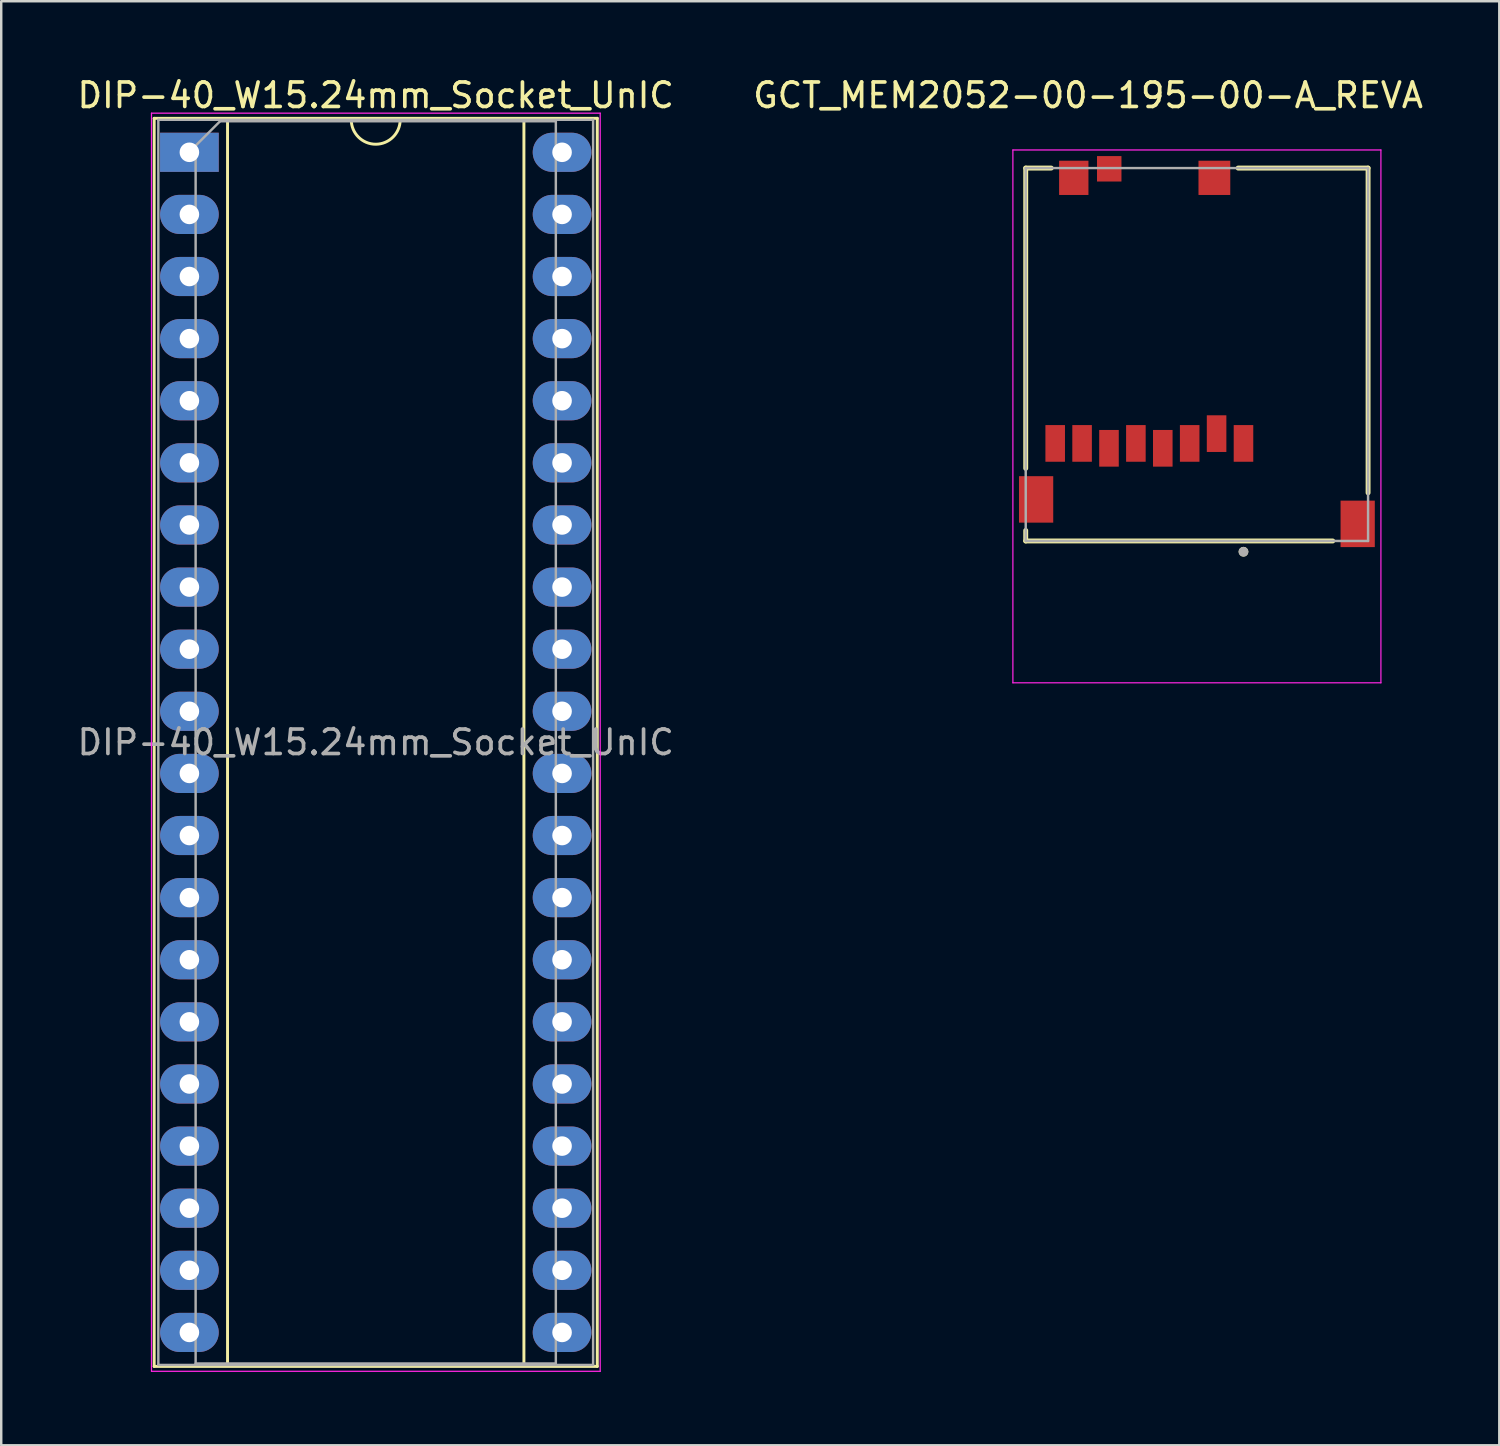
<source format=kicad_pcb>
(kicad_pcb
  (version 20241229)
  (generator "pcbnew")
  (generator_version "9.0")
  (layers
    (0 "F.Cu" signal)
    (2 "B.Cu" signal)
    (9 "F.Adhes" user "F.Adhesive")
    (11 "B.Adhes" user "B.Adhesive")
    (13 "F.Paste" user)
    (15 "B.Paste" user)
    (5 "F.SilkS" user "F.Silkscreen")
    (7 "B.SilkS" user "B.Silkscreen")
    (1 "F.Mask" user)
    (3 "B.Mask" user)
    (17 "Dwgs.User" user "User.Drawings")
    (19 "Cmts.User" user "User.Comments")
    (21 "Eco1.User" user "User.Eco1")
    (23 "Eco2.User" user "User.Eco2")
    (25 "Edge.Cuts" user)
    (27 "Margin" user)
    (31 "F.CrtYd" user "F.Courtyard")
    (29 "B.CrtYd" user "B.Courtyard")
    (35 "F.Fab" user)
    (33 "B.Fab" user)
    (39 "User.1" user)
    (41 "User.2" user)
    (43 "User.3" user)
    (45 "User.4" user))
  (footprint "DIP-40_W15.24mm_Socket_UnIC"
    (layer "F.Cu")
    (at 4.695 3.178)
    (property "Reference" "DIP-40_W15.24mm_Socket_UnIC" (at 7.62 -2.33 0) (layer "F.SilkS") (effects (font (size 1 1) (thickness 0.15))))
    (attr through_hole)
    (fp_line (start -1.44 -1.39) (end -1.44 49.65) (stroke (width 0.12) (type solid)) (layer "F.SilkS"))
    (fp_line (start -1.44 49.65) (end 16.68 49.65) (stroke (width 0.12) (type solid)) (layer "F.SilkS"))
    (fp_line (start 1.56 -1.33) (end 1.56 49.59) (stroke (width 0.12) (type solid)) (layer "F.SilkS"))
    (fp_line (start 1.56 49.59) (end 13.68 49.59) (stroke (width 0.12) (type solid)) (layer "F.SilkS"))
    (fp_line (start 6.62 -1.33) (end 1.56 -1.33) (stroke (width 0.12) (type solid)) (layer "F.SilkS"))
    (fp_line (start 13.68 -1.33) (end 8.62 -1.33) (stroke (width 0.12) (type solid)) (layer "F.SilkS"))
    (fp_line (start 13.68 49.59) (end 13.68 -1.33) (stroke (width 0.12) (type solid)) (layer "F.SilkS"))
    (fp_line (start 16.68 -1.39) (end -1.44 -1.39) (stroke (width 0.12) (type solid)) (layer "F.SilkS"))
    (fp_line (start 16.68 49.65) (end 16.68 -1.39) (stroke (width 0.12) (type solid)) (layer "F.SilkS"))
    (fp_arc (start 8.62 -1.33) (mid 7.62 -0.33) (end 6.62 -1.33) (stroke (width 0.12) (type solid)) (layer "F.SilkS"))
    (fp_line (start -1.55 -1.6) (end -1.55 49.85) (stroke (width 0.05) (type solid)) (layer "F.CrtYd"))
    (fp_line (start -1.55 49.85) (end 16.8 49.85) (stroke (width 0.05) (type solid)) (layer "F.CrtYd"))
    (fp_line (start 16.8 -1.6) (end -1.55 -1.6) (stroke (width 0.05) (type solid)) (layer "F.CrtYd"))
    (fp_line (start 16.8 49.85) (end 16.8 -1.6) (stroke (width 0.05) (type solid)) (layer "F.CrtYd"))
    (fp_line (start -1.27 -1.33) (end -1.27 49.59) (stroke (width 0.1) (type solid)) (layer "F.Fab"))
    (fp_line (start -1.27 49.59) (end 16.51 49.59) (stroke (width 0.1) (type solid)) (layer "F.Fab"))
    (fp_line (start 0.255 -0.27) (end 1.255 -1.27) (stroke (width 0.1) (type solid)) (layer "F.Fab"))
    (fp_line (start 0.255 49.53) (end 0.255 -0.27) (stroke (width 0.1) (type solid)) (layer "F.Fab"))
    (fp_line (start 1.255 -1.27) (end 14.985 -1.27) (stroke (width 0.1) (type solid)) (layer "F.Fab"))
    (fp_line (start 14.985 -1.27) (end 14.985 49.53) (stroke (width 0.1) (type solid)) (layer "F.Fab"))
    (fp_line (start 14.985 49.53) (end 0.255 49.53) (stroke (width 0.1) (type solid)) (layer "F.Fab"))
    (fp_line (start 16.51 -1.33) (end -1.27 -1.33) (stroke (width 0.1) (type solid)) (layer "F.Fab"))
    (fp_line (start 16.51 49.59) (end 16.51 -1.33) (stroke (width 0.1) (type solid)) (layer "F.Fab"))
    (fp_text user "${REFERENCE}" (at 7.62 24.13 0) (layer "F.Fab") (effects (font (size 1 1) (thickness 0.15))))
    (pad "1" thru_hole rect (at 0 0) (size 2.4 1.6) (drill 0.8) (layers "*.Cu" "*.Mask"))
    (pad "2" thru_hole oval (at 0 2.54) (size 2.4 1.6) (drill 0.8) (layers "*.Cu" "*.Mask"))
    (pad "3" thru_hole oval (at 0 5.08) (size 2.4 1.6) (drill 0.8) (layers "*.Cu" "*.Mask"))
    (pad "4" thru_hole oval (at 0 7.62) (size 2.4 1.6) (drill 0.8) (layers "*.Cu" "*.Mask"))
    (pad "5" thru_hole oval (at 0 10.16) (size 2.4 1.6) (drill 0.8) (layers "*.Cu" "*.Mask"))
    (pad "6" thru_hole oval (at 0 12.7) (size 2.4 1.6) (drill 0.8) (layers "*.Cu" "*.Mask"))
    (pad "7" thru_hole oval (at 0 15.24) (size 2.4 1.6) (drill 0.8) (layers "*.Cu" "*.Mask"))
    (pad "8" thru_hole oval (at 0 17.78) (size 2.4 1.6) (drill 0.8) (layers "*.Cu" "*.Mask"))
    (pad "9" thru_hole oval (at 0 20.32) (size 2.4 1.6) (drill 0.8) (layers "*.Cu" "*.Mask"))
    (pad "10" thru_hole oval (at 0 22.86) (size 2.4 1.6) (drill 0.8) (layers "*.Cu" "*.Mask"))
    (pad "11" thru_hole oval (at 0 25.4) (size 2.4 1.6) (drill 0.8) (layers "*.Cu" "*.Mask"))
    (pad "12" thru_hole oval (at 0 27.94) (size 2.4 1.6) (drill 0.8) (layers "*.Cu" "*.Mask"))
    (pad "13" thru_hole oval (at 0 30.48) (size 2.4 1.6) (drill 0.8) (layers "*.Cu" "*.Mask"))
    (pad "14" thru_hole oval (at 0 33.02) (size 2.4 1.6) (drill 0.8) (layers "*.Cu" "*.Mask"))
    (pad "15" thru_hole oval (at 0 35.56) (size 2.4 1.6) (drill 0.8) (layers "*.Cu" "*.Mask"))
    (pad "16" thru_hole oval (at 0 38.1) (size 2.4 1.6) (drill 0.8) (layers "*.Cu" "*.Mask"))
    (pad "17" thru_hole oval (at 0 40.64) (size 2.4 1.6) (drill 0.8) (layers "*.Cu" "*.Mask"))
    (pad "18" thru_hole oval (at 0 43.18) (size 2.4 1.6) (drill 0.8) (layers "*.Cu" "*.Mask"))
    (pad "19" thru_hole oval (at 0 45.72) (size 2.4 1.6) (drill 0.8) (layers "*.Cu" "*.Mask"))
    (pad "20" thru_hole oval (at 0 48.26) (size 2.4 1.6) (drill 0.8) (layers "*.Cu" "*.Mask"))
    (pad "21" thru_hole oval (at 15.24 48.26) (size 2.4 1.6) (drill 0.8) (layers "*.Cu" "*.Mask"))
    (pad "22" thru_hole oval (at 15.24 45.72) (size 2.4 1.6) (drill 0.8) (layers "*.Cu" "*.Mask"))
    (pad "23" thru_hole oval (at 15.24 43.18) (size 2.4 1.6) (drill 0.8) (layers "*.Cu" "*.Mask"))
    (pad "24" thru_hole oval (at 15.24 40.64) (size 2.4 1.6) (drill 0.8) (layers "*.Cu" "*.Mask"))
    (pad "25" thru_hole oval (at 15.24 38.1) (size 2.4 1.6) (drill 0.8) (layers "*.Cu" "*.Mask"))
    (pad "26" thru_hole oval (at 15.24 35.56) (size 2.4 1.6) (drill 0.8) (layers "*.Cu" "*.Mask"))
    (pad "27" thru_hole oval (at 15.24 33.02) (size 2.4 1.6) (drill 0.8) (layers "*.Cu" "*.Mask"))
    (pad "28" thru_hole oval (at 15.24 30.48) (size 2.4 1.6) (drill 0.8) (layers "*.Cu" "*.Mask"))
    (pad "29" thru_hole oval (at 15.24 27.94) (size 2.4 1.6) (drill 0.8) (layers "*.Cu" "*.Mask"))
    (pad "30" thru_hole oval (at 15.24 25.4) (size 2.4 1.6) (drill 0.8) (layers "*.Cu" "*.Mask"))
    (pad "31" thru_hole oval (at 15.24 22.86) (size 2.4 1.6) (drill 0.8) (layers "*.Cu" "*.Mask"))
    (pad "32" thru_hole oval (at 15.24 20.32) (size 2.4 1.6) (drill 0.8) (layers "*.Cu" "*.Mask"))
    (pad "33" thru_hole oval (at 15.24 17.78) (size 2.4 1.6) (drill 0.8) (layers "*.Cu" "*.Mask"))
    (pad "34" thru_hole oval (at 15.24 15.24) (size 2.4 1.6) (drill 0.8) (layers "*.Cu" "*.Mask"))
    (pad "35" thru_hole oval (at 15.24 12.7) (size 2.4 1.6) (drill 0.8) (layers "*.Cu" "*.Mask"))
    (pad "36" thru_hole oval (at 15.24 10.16) (size 2.4 1.6) (drill 0.8) (layers "*.Cu" "*.Mask"))
    (pad "37" thru_hole oval (at 15.24 7.62) (size 2.4 1.6) (drill 0.8) (layers "*.Cu" "*.Mask"))
    (pad "38" thru_hole oval (at 15.24 5.08) (size 2.4 1.6) (drill 0.8) (layers "*.Cu" "*.Mask"))
    (pad "39" thru_hole oval (at 15.24 2.54) (size 2.4 1.6) (drill 0.8) (layers "*.Cu" "*.Mask"))
    (pad "40" thru_hole oval (at 15.24 0) (size 2.4 1.6) (drill 0.8) (layers "*.Cu" "*.Mask")))
  (footprint "GCT_MEM2052-00-195-00-A_REVA"
    (layer "F.Cu")
    (at 45.896 11.448)
    (property "Reference" "GCT_MEM2052-00-195-00-A_REVA" (at -4.45 -10.6 0) (layer "F.SilkS") (effects (font (size 1 1) (thickness 0.15))))
    (attr smd)
    (fp_line (start -7 -7.625) (end -5.955 -7.625) (stroke (width 0.2) (type solid)) (layer "F.SilkS"))
    (fp_line (start -7 4.655) (end -7 -7.625) (stroke (width 0.2) (type solid)) (layer "F.SilkS"))
    (fp_line (start -7 7.625) (end -7 7.195) (stroke (width 0.2) (type solid)) (layer "F.SilkS"))
    (fp_line (start 1.685 -7.625) (end 7 -7.625) (stroke (width 0.2) (type solid)) (layer "F.SilkS"))
    (fp_line (start 5.555 7.625) (end -7 7.625) (stroke (width 0.2) (type solid)) (layer "F.SilkS"))
    (fp_line (start 7 -7.625) (end 7 5.655) (stroke (width 0.2) (type solid)) (layer "F.SilkS"))
    (fp_circle (center 1.905 8.065) (end 2.005 8.065) (stroke (width 0.2) (type solid)) (fill no) (layer "F.SilkS"))
    (fp_line (start -7.525 -8.365) (end -7.525 13.425) (stroke (width 0.05) (type solid)) (layer "F.CrtYd"))
    (fp_line (start -7.525 13.425) (end 7.525 13.425) (stroke (width 0.05) (type solid)) (layer "F.CrtYd"))
    (fp_line (start 7.525 -8.365) (end -7.525 -8.365) (stroke (width 0.05) (type solid)) (layer "F.CrtYd"))
    (fp_line (start 7.525 13.425) (end 7.525 -8.365) (stroke (width 0.05) (type solid)) (layer "F.CrtYd"))
    (fp_line (start -7 -7.625) (end 7 -7.625) (stroke (width 0.1) (type solid)) (layer "F.Fab"))
    (fp_line (start -7 7.625) (end -7 -7.625) (stroke (width 0.1) (type solid)) (layer "F.Fab"))
    (fp_line (start 7 -7.625) (end 7 7.625) (stroke (width 0.1) (type solid)) (layer "F.Fab"))
    (fp_line (start 7 7.625) (end -7 7.625) (stroke (width 0.1) (type solid)) (layer "F.Fab"))
    (fp_circle (center 1.905 8.065) (end 2.005 8.065) (stroke (width 0.2) (type solid)) (fill no) (layer "F.Fab"))
    (pad "1" smd rect (at 1.905 3.635) (size 0.8 1.5) (layers "F.Cu" "F.Mask" "F.Paste"))
    (pad "2" smd rect (at 0.805 3.235) (size 0.8 1.5) (layers "F.Cu" "F.Mask" "F.Paste"))
    (pad "3" smd rect (at -0.295 3.635) (size 0.8 1.5) (layers "F.Cu" "F.Mask" "F.Paste"))
    (pad "4" smd rect (at -1.395 3.835) (size 0.8 1.5) (layers "F.Cu" "F.Mask" "F.Paste"))
    (pad "5" smd rect (at -2.495 3.635) (size 0.8 1.5) (layers "F.Cu" "F.Mask" "F.Paste"))
    (pad "6" smd rect (at -3.595 3.835) (size 0.8 1.5) (layers "F.Cu" "F.Mask" "F.Paste"))
    (pad "7" smd rect (at -4.695 3.635) (size 0.8 1.5) (layers "F.Cu" "F.Mask" "F.Paste"))
    (pad "8" smd rect (at -5.795 3.635) (size 0.8 1.5) (layers "F.Cu" "F.Mask" "F.Paste"))
    (pad "9" smd rect (at -3.585 -7.595) (size 1 1.04) (layers "F.Cu" "F.Mask" "F.Paste"))
    (pad "10" smd rect (at -6.575 5.925) (size 1.4 1.9) (layers "F.Cu" "F.Mask" "F.Paste"))
    (pad "10" smd rect (at -5.035 -7.225) (size 1.2 1.4) (layers "F.Cu" "F.Mask" "F.Paste"))
    (pad "10" smd rect (at 0.715 -7.225) (size 1.3 1.4) (layers "F.Cu" "F.Mask" "F.Paste"))
    (pad "10" smd rect (at 6.575 6.925) (size 1.4 1.9) (layers "F.Cu" "F.Mask" "F.Paste"))
    (zone (net_name "") (layer "F.Cu") (hatch full 0.508) (connect_pads) (min_thickness 0.01) (filled_areas_thickness no) (keepout (tracks not_allowed) (vias not_allowed) (pads not_allowed) (copperpour not_allowed) (footprints allowed)) (placement (enabled no)) (fill) (polygon (pts (xy 48.346 10.213) (xy 39.586 10.213) (xy 39.586 7.913) (xy 41.606 7.913) (xy 41.606 6.083) (xy 43.106 6.083) (xy 43.106 7.913) (xy 48.346 7.913))))
    (zone (net_name "") (layers "F.Cu" "B.Cu") (hatch full 0.508) (connect_pads) (min_thickness 0.01) (filled_areas_thickness no) (keepout (tracks allowed) (vias not_allowed) (pads allowed) (copperpour allowed) (footprints allowed)) (placement (enabled no)) (fill) (polygon (pts (xy 48.346 10.213) (xy 39.586 10.213) (xy 39.586 7.913) (xy 41.606 7.913) (xy 41.606 6.083) (xy 43.106 6.083) (xy 43.106 7.913) (xy 48.346 7.913)))))
  (gr_rect
    (start -3 -3)
    (end 58.262 56.053)
    (stroke (width 0.1) (type default))
    (fill no)
    (layer "Edge.Cuts")))
</source>
